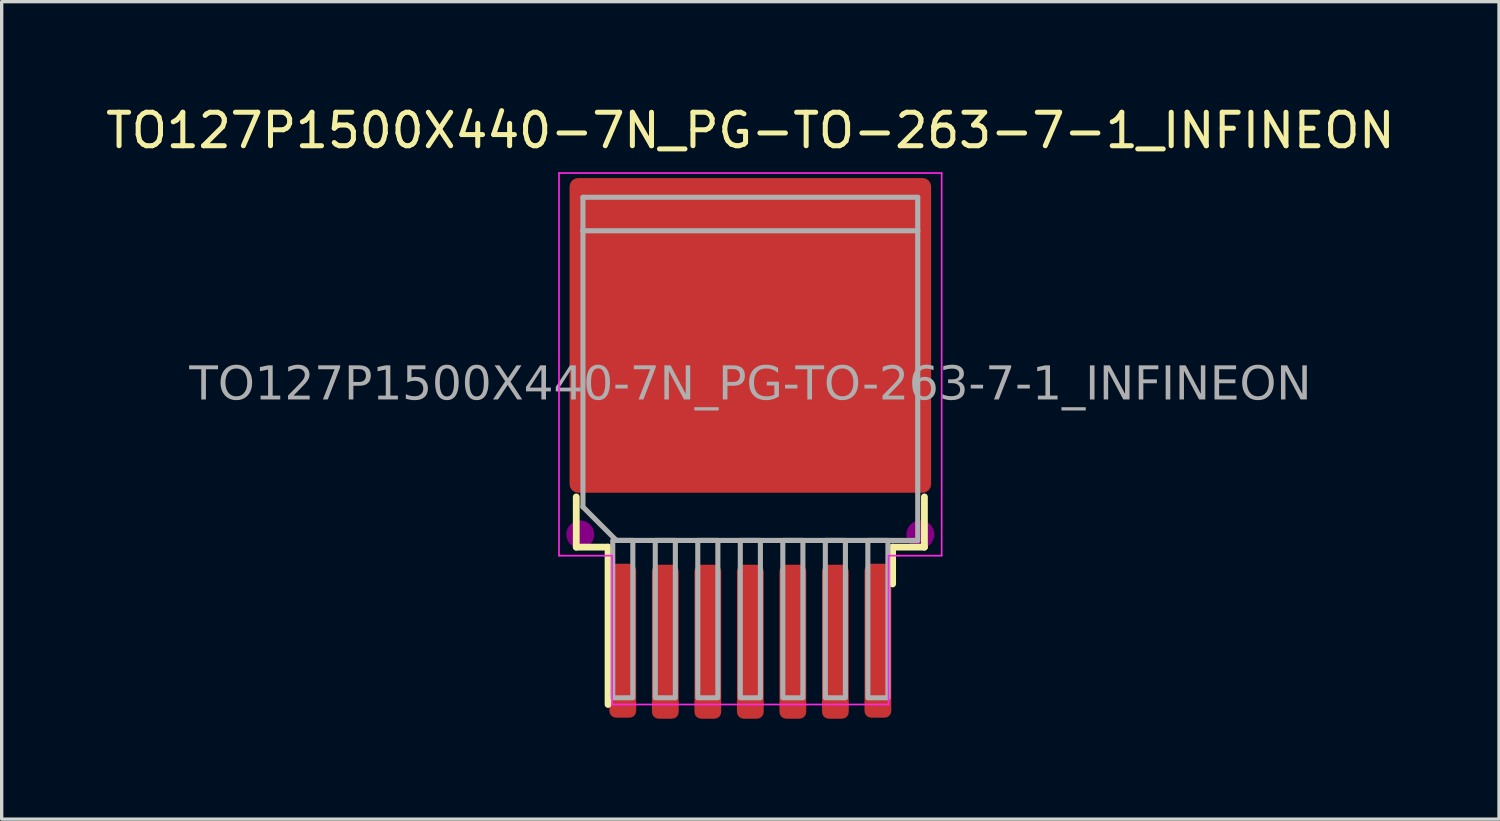
<source format=kicad_pcb>
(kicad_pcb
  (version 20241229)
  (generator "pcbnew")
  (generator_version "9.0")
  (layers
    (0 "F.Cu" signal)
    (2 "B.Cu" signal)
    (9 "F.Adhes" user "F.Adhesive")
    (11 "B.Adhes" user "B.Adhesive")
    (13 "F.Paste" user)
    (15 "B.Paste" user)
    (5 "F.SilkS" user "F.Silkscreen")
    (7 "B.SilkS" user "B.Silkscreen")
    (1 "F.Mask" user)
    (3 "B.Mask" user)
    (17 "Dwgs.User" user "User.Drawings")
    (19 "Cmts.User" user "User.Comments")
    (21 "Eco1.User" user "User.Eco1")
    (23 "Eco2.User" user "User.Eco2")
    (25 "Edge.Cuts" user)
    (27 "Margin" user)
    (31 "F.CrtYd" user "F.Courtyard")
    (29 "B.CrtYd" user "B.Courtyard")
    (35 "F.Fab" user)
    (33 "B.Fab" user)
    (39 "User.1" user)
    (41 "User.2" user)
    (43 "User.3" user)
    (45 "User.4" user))
  (footprint "TO127P1500X440-7N_PG-TO-263-7-1_INFINEON"
    (layer "F.Cu")
    (at 19.363 8.468)
    (property "Reference" "TO127P1500X440-7N_PG-TO-263-7-1_INFINEON" (at 0 -7.62 0) (layer "F.SilkS") (effects (font (size 1 1) (thickness 0.15))))
    (attr smd)
    (fp_line (start -5.2 3.325) (end -5.2 4.825) (stroke (width 0.203) (type solid)) (layer "F.SilkS"))
    (fp_line (start -5.2 4.825) (end -4.25 4.825) (stroke (width 0.203) (type solid)) (layer "F.SilkS"))
    (fp_line (start -4.25 4.825) (end -4.25 9.525) (stroke (width 0.203) (type solid)) (layer "F.SilkS"))
    (fp_line (start 4.25 4.825) (end 4.25 5.925) (stroke (width 0.203) (type solid)) (layer "F.SilkS"))
    (fp_line (start 5.2 3.325) (end 5.2 4.825) (stroke (width 0.203) (type solid)) (layer "F.SilkS"))
    (fp_line (start 5.2 4.825) (end 4.25 4.825) (stroke (width 0.203) (type solid)) (layer "F.SilkS"))
    (fp_circle (center -5.08 4.445) (end -4.763 4.445) (stroke (width 0.203) (type solid)) (fill yes) (layer "F.Adhes"))
    (fp_circle (center 5.08 4.445) (end 5.397 4.445) (stroke (width 0.203) (type solid)) (fill yes) (layer "F.Adhes"))
    (fp_line (start -5.715 -6.35) (end 5.715 -6.35) (stroke (width 0.05) (type default)) (layer "F.CrtYd"))
    (fp_line (start -5.715 5.08) (end -5.715 -6.35) (stroke (width 0.05) (type default)) (layer "F.CrtYd"))
    (fp_line (start -4.128 5.08) (end -5.715 5.08) (stroke (width 0.05) (type default)) (layer "F.CrtYd"))
    (fp_line (start -4.128 9.525) (end -4.128 5.08) (stroke (width 0.05) (type default)) (layer "F.CrtYd"))
    (fp_line (start 4.128 5.08) (end 4.128 9.525) (stroke (width 0.05) (type default)) (layer "F.CrtYd"))
    (fp_line (start 4.128 9.525) (end -4.128 9.525) (stroke (width 0.05) (type default)) (layer "F.CrtYd"))
    (fp_line (start 4.445 5.08) (end 4.128 5.08) (stroke (width 0.05) (type default)) (layer "F.CrtYd"))
    (fp_line (start 5.715 -6.35) (end 5.715 5.08) (stroke (width 0.05) (type default)) (layer "F.CrtYd"))
    (fp_line (start 5.715 5.08) (end 4.445 5.08) (stroke (width 0.05) (type default)) (layer "F.CrtYd"))
    (fp_line (start -5 -5.625) (end 5 -5.625) (stroke (width 0.152) (type solid)) (layer "F.Fab"))
    (fp_line (start -5 -4.625) (end -5 -5.625) (stroke (width 0.152) (type solid)) (layer "F.Fab"))
    (fp_line (start -5 -4.625) (end 5 -4.625) (stroke (width 0.152) (type solid)) (layer "F.Fab"))
    (fp_line (start -5 3.625) (end -5 -4.625) (stroke (width 0.152) (type solid)) (layer "F.Fab"))
    (fp_line (start -4 4.625) (end -5 3.625) (stroke (width 0.152) (type solid)) (layer "F.Fab"))
    (fp_line (start 5 -5.625) (end 5 -4.625) (stroke (width 0.152) (type solid)) (layer "F.Fab"))
    (fp_line (start 5 -4.625) (end 5 4.625) (stroke (width 0.152) (type solid)) (layer "F.Fab"))
    (fp_line (start 5 4.625) (end -4 4.625) (stroke (width 0.152) (type solid)) (layer "F.Fab"))
    (fp_rect (start -4.11 4.625) (end -3.51 9.325) (stroke (width 0.152) (type solid)) (fill no) (layer "F.Fab"))
    (fp_rect (start -2.84 4.625) (end -2.24 9.325) (stroke (width 0.152) (type solid)) (fill no) (layer "F.Fab"))
    (fp_rect (start -1.57 4.625) (end -0.97 9.325) (stroke (width 0.152) (type solid)) (fill no) (layer "F.Fab"))
    (fp_rect (start -0.3 4.625) (end 0.3 9.325) (stroke (width 0.152) (type solid)) (fill no) (layer "F.Fab"))
    (fp_rect (start 0.97 4.625) (end 1.57 9.325) (stroke (width 0.152) (type solid)) (fill no) (layer "F.Fab"))
    (fp_rect (start 2.24 4.625) (end 2.84 9.325) (stroke (width 0.152) (type solid)) (fill no) (layer "F.Fab"))
    (fp_rect (start 3.51 4.625) (end 4.11 9.325) (stroke (width 0.152) (type solid)) (fill no) (layer "F.Fab"))
    (fp_text user "${REFERENCE}" (at 0 0 180) (layer "F.Fab") (effects (font (face "Tahoma") (size 1 1) (thickness 0.15))))
    (pad "" smd roundrect (at -2.775 -3.925 90) (size 4.55 5.25) (property pad_prop_heatsink) (layers "F.Paste") (roundrect_rratio 0.055))
    (pad "" smd roundrect (at -2.775 0.925 90) (size 4.55 5.25) (property pad_prop_heatsink) (layers "F.Paste") (roundrect_rratio 0.055))
    (pad "" smd roundrect (at 2.775 -3.925 90) (size 4.55 5.25) (property pad_prop_heatsink) (layers "F.Paste") (roundrect_rratio 0.055))
    (pad "" smd roundrect (at 2.775 0.925 90) (size 4.55 5.25) (property pad_prop_heatsink) (layers "F.Paste") (roundrect_rratio 0.055))
    (pad "1" smd roundrect (at -3.81 7.62 90) (size 4.6 0.8) (layers "F.Cu" "F.Mask" "F.Paste") (roundrect_rratio 0.25))
    (pad "2" smd roundrect (at -2.54 7.65 90) (size 4.6 0.8) (layers "F.Cu" "F.Mask" "F.Paste") (roundrect_rratio 0.25))
    (pad "3" smd roundrect (at -1.27 7.65 90) (size 4.6 0.8) (layers "F.Cu" "F.Mask" "F.Paste") (roundrect_rratio 0.25))
    (pad "4" smd roundrect (at 0 -1.5) (size 10.8 9.4) (property pad_prop_heatsink) (layers "F.Cu" "F.Mask") (roundrect_rratio 0.027))
    (pad "4" smd roundrect (at 0 7.65 90) (size 4.6 0.8) (layers "F.Cu" "F.Mask" "F.Paste") (roundrect_rratio 0.25))
    (pad "5" smd roundrect (at 1.27 7.65 90) (size 4.6 0.8) (layers "F.Cu" "F.Mask" "F.Paste") (roundrect_rratio 0.25))
    (pad "6" smd roundrect (at 2.54 7.65 90) (size 4.6 0.8) (layers "F.Cu" "F.Mask" "F.Paste") (roundrect_rratio 0.25))
    (pad "7" smd roundrect (at 3.81 7.62 90) (size 4.6 0.8) (layers "F.Cu" "F.Mask" "F.Paste") (roundrect_rratio 0.25)))
  (gr_rect
    (start -3 -3)
    (end 41.726 21.418)
    (stroke (width 0.1) (type default))
    (fill no)
    (layer "Edge.Cuts")))
</source>
